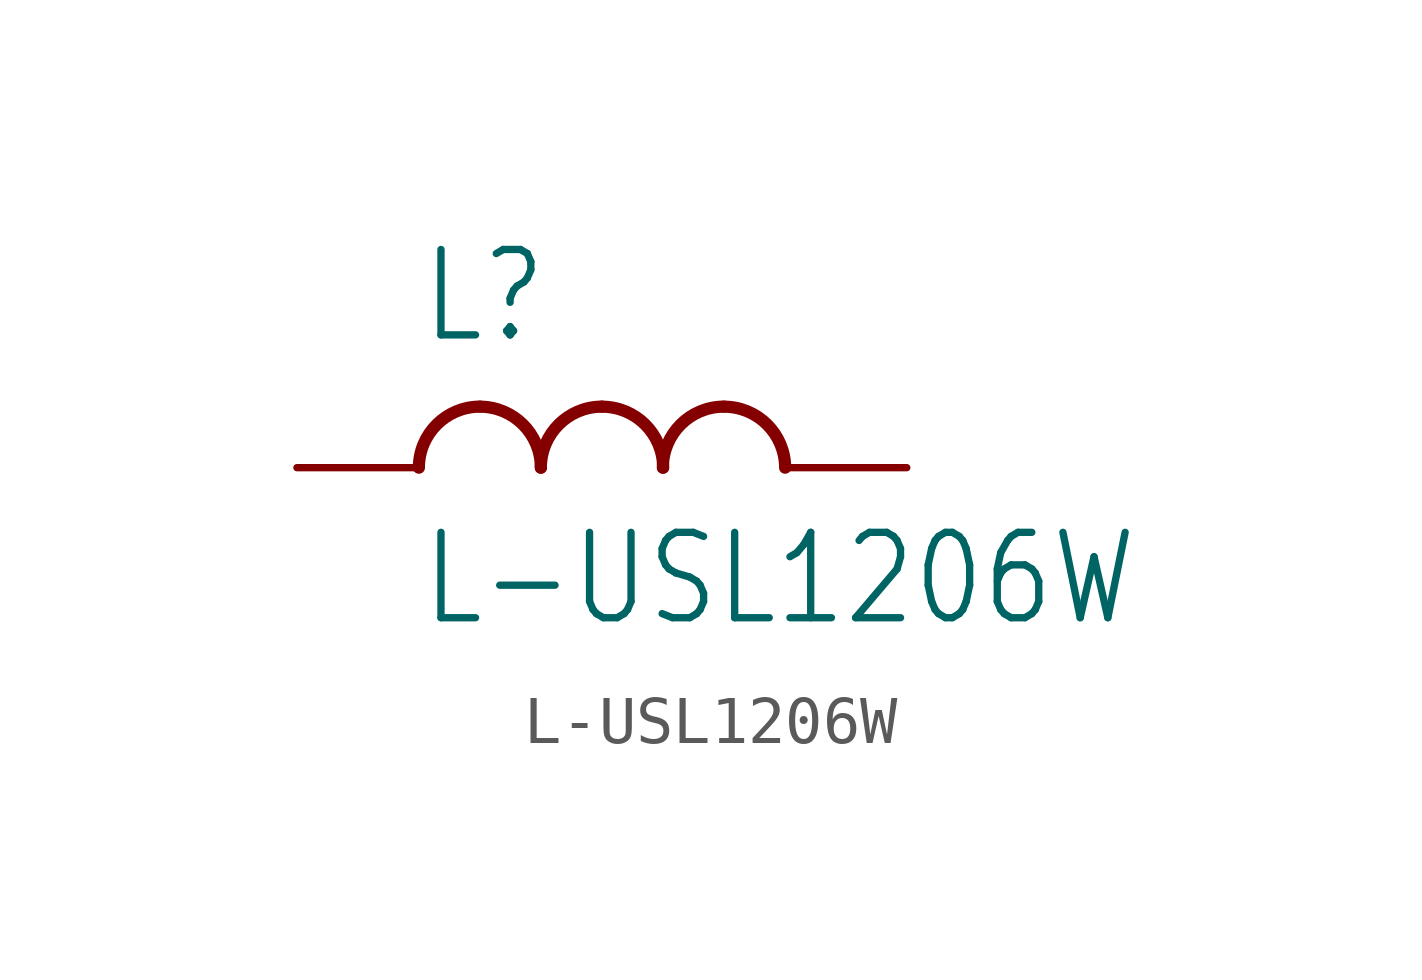
<source format=kicad_sym>
(kicad_symbol_lib
  (version 20211014)
  (generator kicad_symbol_editor)
  (symbol "L-USL1206W"
    (property "Reference" "L"
      (at -5.08 2.54 0)
      (effects (font (size 1.778 1.511)) (justify left bottom)))
    (property "Value" "L-USL1206W"
      (at -5.08 -1.27 0)
      (effects (font (size 1.778 1.511)) (justify left top)))
    (property "ki_locked" ""
      (at 0 0 0)
      (effects (font (size 1.27 1.27))))
    (symbol "L-USL1206W_1_0"
      (arc (start -3.81 1.27) (mid -4.708 0.898) (end -5.08 0) (stroke (width 0.254) (type default) (color 0 0 0 0)) (fill (type none)))
      (arc (start -2.54 0) (mid -2.912 0.898) (end -3.81 1.27) (stroke (width 0.254) (type default) (color 0 0 0 0)) (fill (type none)))
      (arc (start -1.27 1.27) (mid -2.168 0.898) (end -2.54 0) (stroke (width 0.254) (type default) (color 0 0 0 0)) (fill (type none)))
      (arc (start 0 0) (mid -0.372 0.898) (end -1.27 1.27) (stroke (width 0.254) (type default) (color 0 0 0 0)) (fill (type none)))
      (arc (start 1.27 1.27) (mid 0.372 0.898) (end 0 0) (stroke (width 0.254) (type default) (color 0 0 0 0)) (fill (type none)))
      (arc (start 2.54 0) (mid 2.168 0.898) (end 1.27 1.27) (stroke (width 0.254) (type default) (color 0 0 0 0)) (fill (type none)))
      (pin passive line (at -7.62 0 0) (length 2.54) (name "1" (effects (font (size 0 0)))) (number "1" (effects (font (size 0 0)))))
      (pin passive line (at 5.08 0 180) (length 2.54) (name "2" (effects (font (size 0 0)))) (number "2" (effects (font (size 0 0))))))))
</source>
